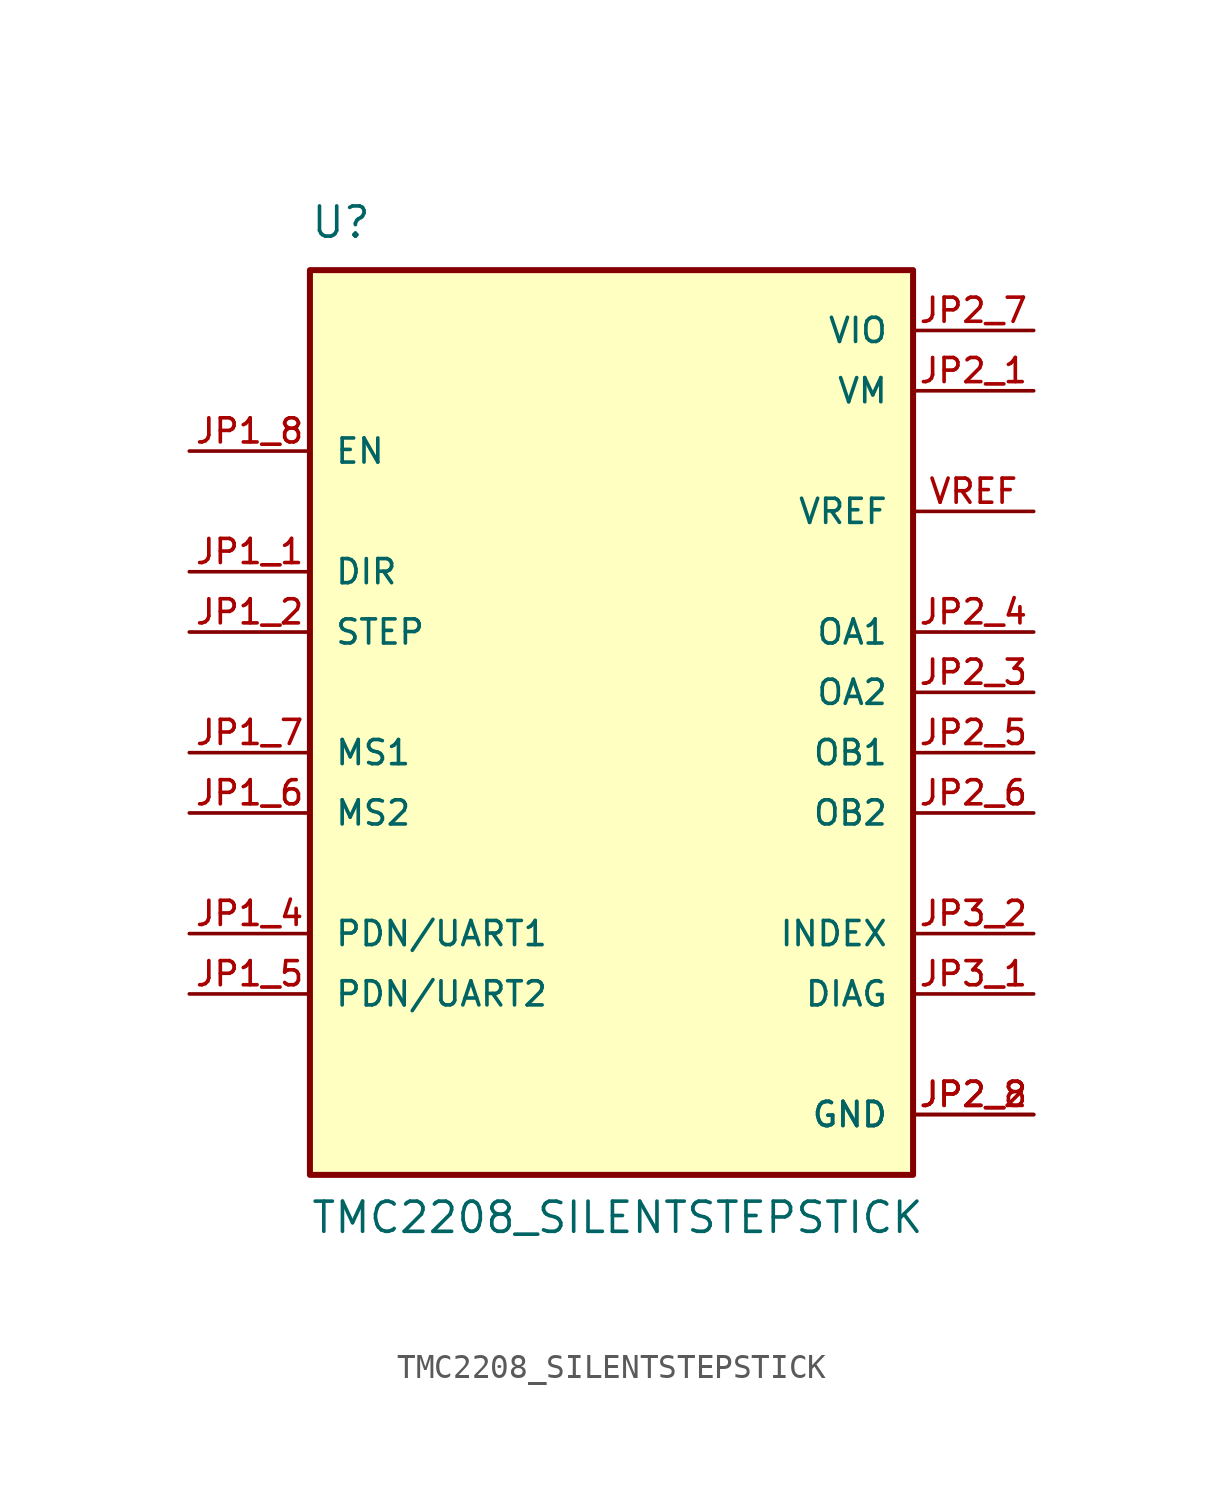
<source format=kicad_sym>
(kicad_symbol_lib
  (version 20211014)
  (generator kicad_symbol_editor)
  (symbol "TMC2208_SILENTSTEPSTICK"
    (pin_names
      (offset 1.016))
    (property "Reference" "U"
      (at -12.7 19.05 0)
      (effects (font (size 1.27 1.27)) (justify left bottom)))
    (property "Value" "TMC2208_SILENTSTEPSTICK"
      (at -12.7 -22.86 0)
      (effects (font (size 1.27 1.27)) (justify left bottom)))
    (symbol "TMC2208_SILENTSTEPSTICK_0_0"
      (rectangle (start -12.7 -20.32) (end 12.7 17.78) (stroke (width 0.254) (type default) (color 0 0 0 0)) (fill (type background)))
      (pin input line (at -17.78 5.08 0) (length 5.08) (name "DIR" (effects (font (size 1.016 1.016)))) (number "JP1_1" (effects (font (size 1.016 1.016)))))
      (pin input line (at -17.78 2.54 0) (length 5.08) (name "STEP" (effects (font (size 1.016 1.016)))) (number "JP1_2" (effects (font (size 1.016 1.016)))))
      (pin bidirectional line (at -17.78 -10.16 0) (length 5.08) (name "PDN/UART1" (effects (font (size 1.016 1.016)))) (number "JP1_4" (effects (font (size 1.016 1.016)))))
      (pin bidirectional line (at -17.78 -12.7 0) (length 5.08) (name "PDN/UART2" (effects (font (size 1.016 1.016)))) (number "JP1_5" (effects (font (size 1.016 1.016)))))
      (pin input line (at -17.78 -5.08 0) (length 5.08) (name "MS2" (effects (font (size 1.016 1.016)))) (number "JP1_6" (effects (font (size 1.016 1.016)))))
      (pin input line (at -17.78 -2.54 0) (length 5.08) (name "MS1" (effects (font (size 1.016 1.016)))) (number "JP1_7" (effects (font (size 1.016 1.016)))))
      (pin input line (at -17.78 10.16 0) (length 5.08) (name "EN" (effects (font (size 1.016 1.016)))) (number "JP1_8" (effects (font (size 1.016 1.016)))))
      (pin power_in line (at 17.78 12.7 180) (length 5.08) (name "VM" (effects (font (size 1.016 1.016)))) (number "JP2_1" (effects (font (size 1.016 1.016)))))
      (pin power_in line (at 17.78 -17.78 180) (length 5.08) (name "GND" (effects (font (size 1.016 1.016)))) (number "JP2_2" (effects (font (size 1.016 1.016)))))
      (pin passive line (at 17.78 0 180) (length 5.08) (name "OA2" (effects (font (size 1.016 1.016)))) (number "JP2_3" (effects (font (size 1.016 1.016)))))
      (pin passive line (at 17.78 2.54 180) (length 5.08) (name "OA1" (effects (font (size 1.016 1.016)))) (number "JP2_4" (effects (font (size 1.016 1.016)))))
      (pin passive line (at 17.78 -2.54 180) (length 5.08) (name "OB1" (effects (font (size 1.016 1.016)))) (number "JP2_5" (effects (font (size 1.016 1.016)))))
      (pin passive line (at 17.78 -5.08 180) (length 5.08) (name "OB2" (effects (font (size 1.016 1.016)))) (number "JP2_6" (effects (font (size 1.016 1.016)))))
      (pin power_in line (at 17.78 15.24 180) (length 5.08) (name "VIO" (effects (font (size 1.016 1.016)))) (number "JP2_7" (effects (font (size 1.016 1.016)))))
      (pin power_in line (at 17.78 -17.78 180) (length 5.08) (name "GND" (effects (font (size 1.016 1.016)))) (number "JP2_8" (effects (font (size 1.016 1.016)))))
      (pin output line (at 17.78 -12.7 180) (length 5.08) (name "DIAG" (effects (font (size 1.016 1.016)))) (number "JP3_1" (effects (font (size 1.016 1.016)))))
      (pin output line (at 17.78 -10.16 180) (length 5.08) (name "INDEX" (effects (font (size 1.016 1.016)))) (number "JP3_2" (effects (font (size 1.016 1.016)))))
      (pin passive line (at 17.78 7.62 180) (length 5.08) (name "VREF" (effects (font (size 1.016 1.016)))) (number "VREF" (effects (font (size 1.016 1.016))))))))
</source>
